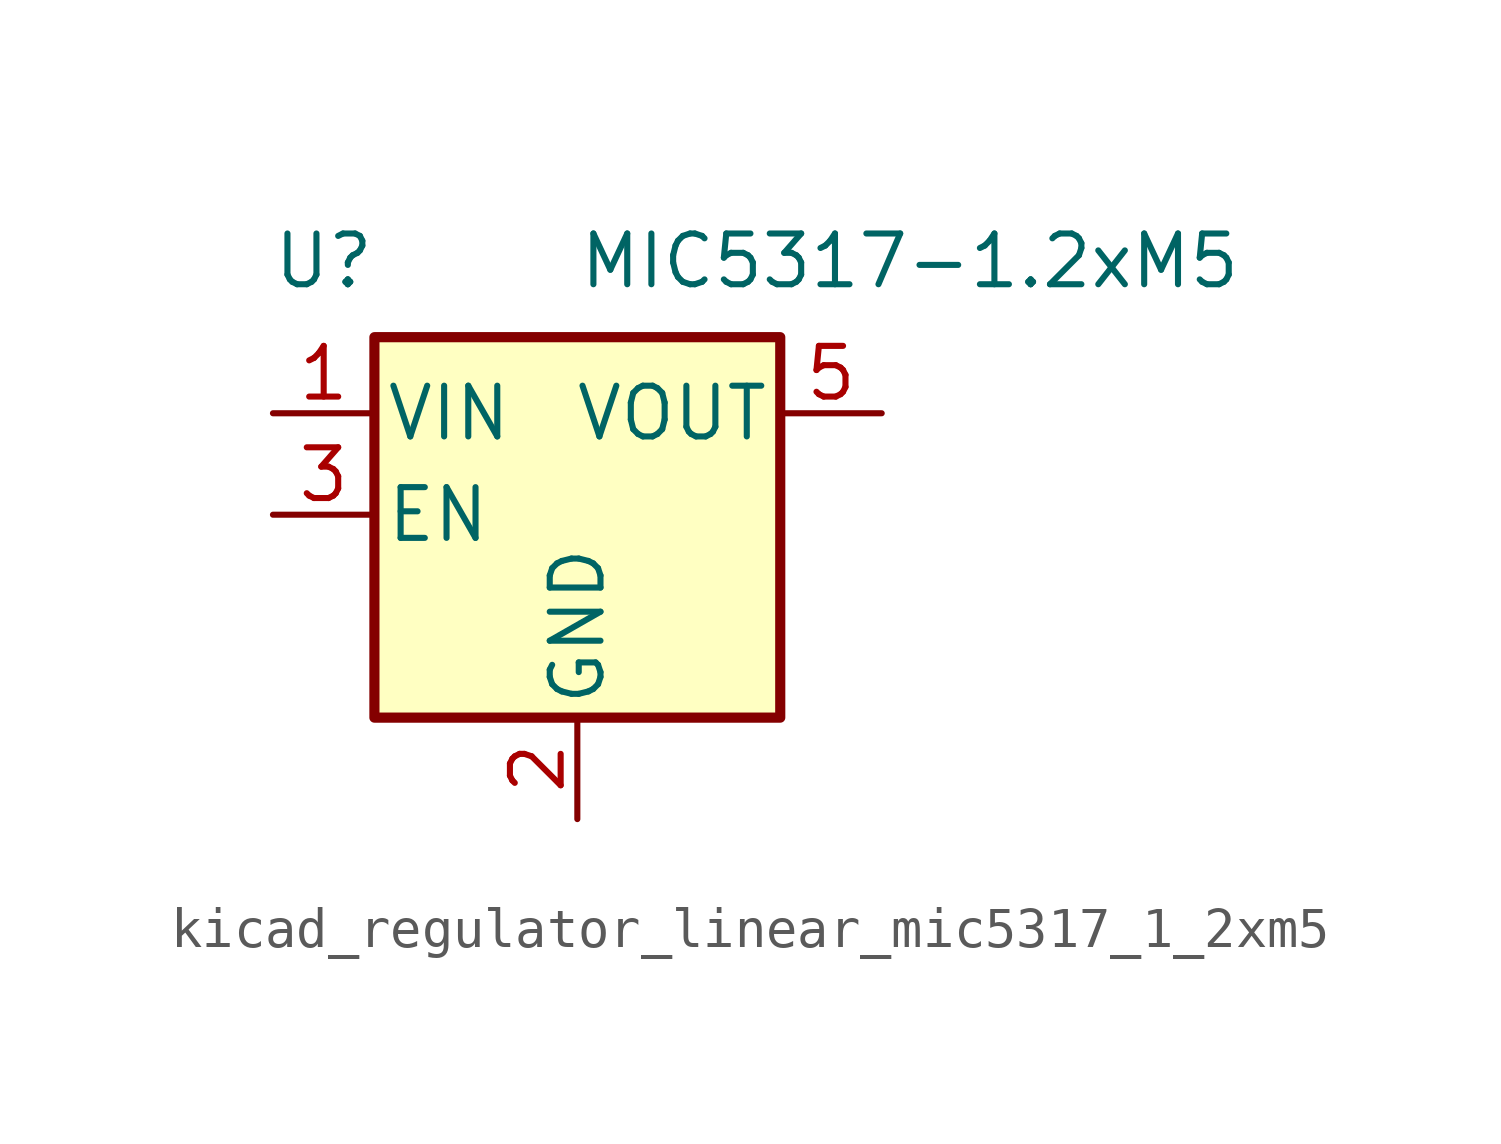
<source format=kicad_sym>
(kicad_symbol_lib
  (version 20220914)
  (generator kicad_symbol_editor)
  (symbol "kicad_regulator_linear_mic5317_1_2xm5"
    (pin_names
      (offset 0.254))
    (property "Reference" "U"
      (at -6.35 6.35 0)
      (effects (font (size 1.27 1.27))))
    (property "Value" "MIC5317-1.2xM5"
      (at 0 6.35 0)
      (effects (font (size 1.27 1.27)) (justify left)))
    (symbol "kicad_regulator_linear_mic5317_1_2xm5_0_1"
      (rectangle (start -5.08 4.445) (end 5.08 -5.08) (stroke (width 0.254) (type default)) (fill (type background))))
    (symbol "kicad_regulator_linear_mic5317_1_2xm5_1_1"
      (pin power_in line (at -7.62 2.54 0) (length 2.54) (name "VIN" (effects (font (size 1.27 1.27)))) (number "1" (effects (font (size 1.27 1.27)))))
      (pin power_in line (at 0 -7.62 90) (length 2.54) (name "GND" (effects (font (size 1.27 1.27)))) (number "2" (effects (font (size 1.27 1.27)))))
      (pin input line (at -7.62 0 0) (length 2.54) (name "EN" (effects (font (size 1.27 1.27)))) (number "3" (effects (font (size 1.27 1.27)))))
      (pin no_connect line (at 5.08 0 180) (length 2.54) hide (name "NC" (effects (font (size 1.27 1.27)))) (number "4" (effects (font (size 1.27 1.27)))))
      (pin power_out line (at 7.62 2.54 180) (length 2.54) (name "VOUT" (effects (font (size 1.27 1.27)))) (number "5" (effects (font (size 1.27 1.27))))))))
</source>
